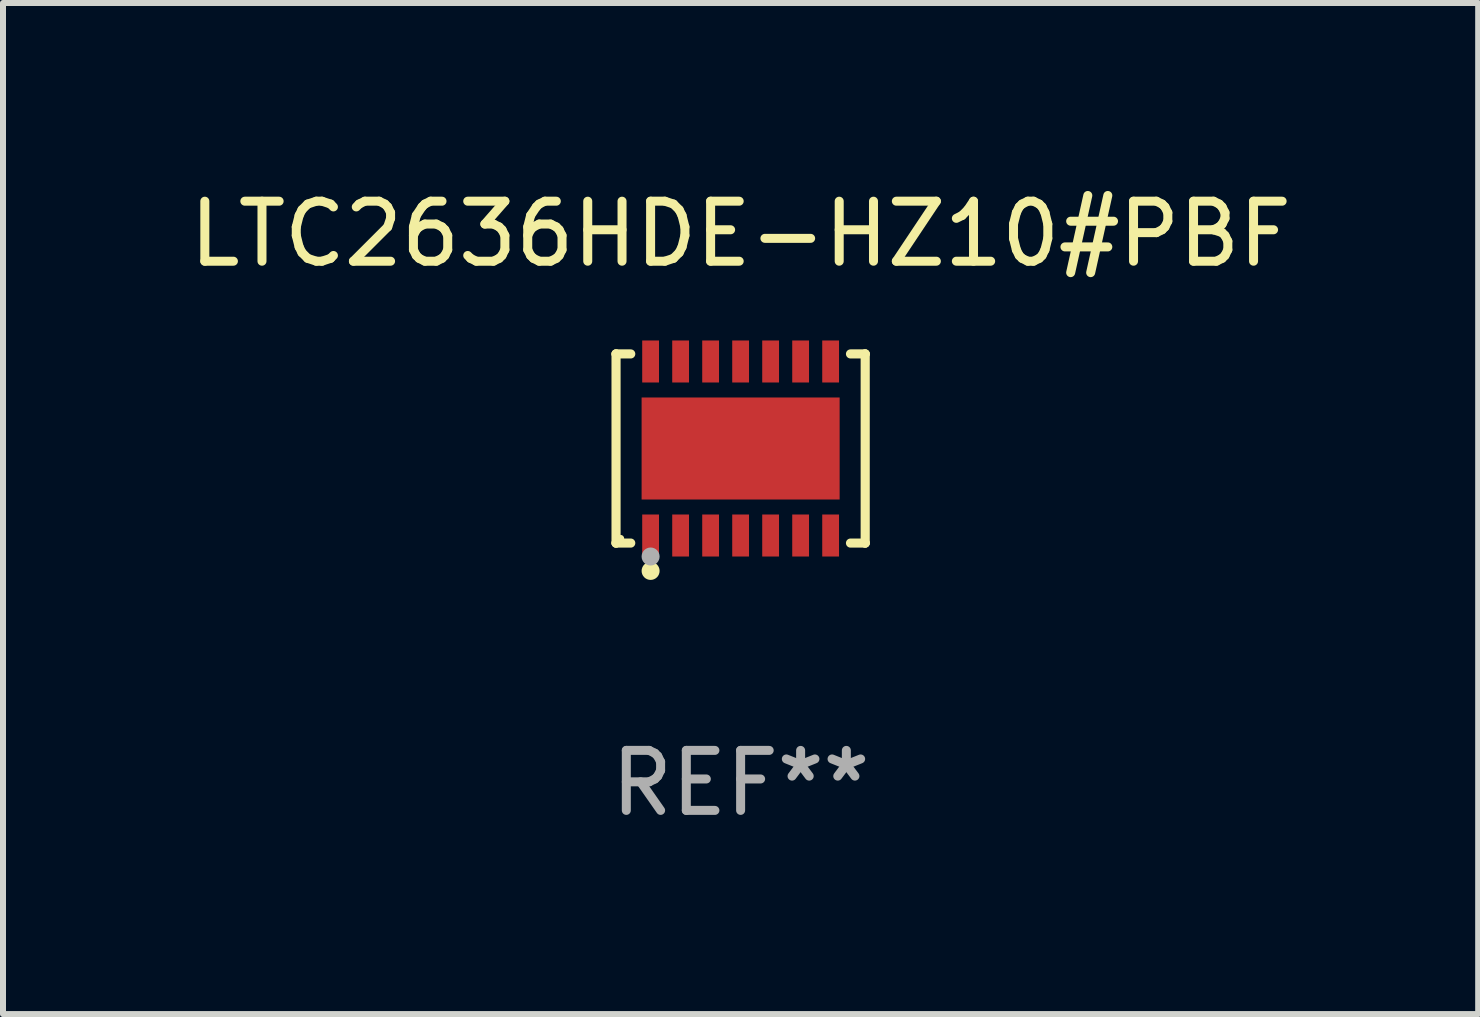
<source format=kicad_pcb>
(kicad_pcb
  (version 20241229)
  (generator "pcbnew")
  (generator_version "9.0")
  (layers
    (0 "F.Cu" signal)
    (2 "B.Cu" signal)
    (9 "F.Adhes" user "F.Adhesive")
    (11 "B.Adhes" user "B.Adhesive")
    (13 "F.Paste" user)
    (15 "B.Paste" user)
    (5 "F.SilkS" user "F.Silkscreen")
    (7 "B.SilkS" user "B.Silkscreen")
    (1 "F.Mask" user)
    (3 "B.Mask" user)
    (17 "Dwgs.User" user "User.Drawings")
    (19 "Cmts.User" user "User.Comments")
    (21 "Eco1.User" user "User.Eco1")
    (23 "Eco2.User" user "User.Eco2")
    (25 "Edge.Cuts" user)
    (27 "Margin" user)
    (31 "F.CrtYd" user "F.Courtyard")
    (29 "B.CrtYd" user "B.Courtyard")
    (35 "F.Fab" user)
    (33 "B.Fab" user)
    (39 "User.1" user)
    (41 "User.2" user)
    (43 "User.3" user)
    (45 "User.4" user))
  (footprint "LTC2636HDE-HZ10#PBF"
    (layer "F.Cu")
    (at 9.292 4.424)
    (property "Reference" "LTC2636HDE-HZ10#PBF" (at 0 -3.576 0) (layer "F.SilkS") (effects (font (size 1 1) (thickness 0.15))))
    (attr through_hole)
    (fp_line (start -2.076 -1.576) (end -2.076 -1.576) (stroke (width 0.152) (type solid)) (layer "F.SilkS"))
    (fp_line (start -2.076 -1.576) (end -1.831 -1.576) (stroke (width 0.152) (type solid)) (layer "F.SilkS"))
    (fp_line (start -2.076 1.576) (end -2.076 -1.576) (stroke (width 0.152) (type solid)) (layer "F.SilkS"))
    (fp_line (start -2.076 1.576) (end -2.076 1.576) (stroke (width 0.152) (type solid)) (layer "F.SilkS"))
    (fp_line (start -1.831 1.576) (end -2.076 1.576) (stroke (width 0.152) (type solid)) (layer "F.SilkS"))
    (fp_line (start 1.831 1.576) (end 2.076 1.576) (stroke (width 0.152) (type solid)) (layer "F.SilkS"))
    (fp_line (start 2.076 -1.576) (end 1.831 -1.576) (stroke (width 0.152) (type solid)) (layer "F.SilkS"))
    (fp_line (start 2.076 -1.576) (end 2.076 -1.576) (stroke (width 0.152) (type solid)) (layer "F.SilkS"))
    (fp_line (start 2.076 1.576) (end 2.076 -1.576) (stroke (width 0.152) (type solid)) (layer "F.SilkS"))
    (fp_line (start 2.076 1.576) (end 2.076 1.576) (stroke (width 0.152) (type solid)) (layer "F.SilkS"))
    (fp_circle (center -2 1.5) (end -1.97 1.5) (stroke (width 0.06) (type solid)) (fill no) (layer "F.SilkS"))
    (fp_circle (center -1.5 2.04) (end -1.425 2.04) (stroke (width 0.15) (type solid)) (fill no) (layer "F.SilkS"))
    (fp_circle (center -1.5 1.8) (end -1.425 1.8) (stroke (width 0.15) (type solid)) (fill no) (layer "F.Fab"))
    (fp_text user "REF**" (at 0 5.576 0) (layer "F.Fab") (effects (font (size 1 1) (thickness 0.15))))
    (pad "1" smd rect (at -1.5 1.45) (size 0.28 0.7) (layers "F.Cu" "F.Mask" "F.Paste"))
    (pad "2" smd rect (at -1 1.45) (size 0.28 0.7) (layers "F.Cu" "F.Mask" "F.Paste"))
    (pad "3" smd rect (at -0.5 1.45) (size 0.28 0.7) (layers "F.Cu" "F.Mask" "F.Paste"))
    (pad "4" smd rect (at 0 1.45) (size 0.28 0.7) (layers "F.Cu" "F.Mask" "F.Paste"))
    (pad "5" smd rect (at 0.5 1.45) (size 0.28 0.7) (layers "F.Cu" "F.Mask" "F.Paste"))
    (pad "6" smd rect (at 1 1.45) (size 0.28 0.7) (layers "F.Cu" "F.Mask" "F.Paste"))
    (pad "7" smd rect (at 1.5 1.45) (size 0.28 0.7) (layers "F.Cu" "F.Mask" "F.Paste"))
    (pad "8" smd rect (at 1.5 -1.45) (size 0.28 0.7) (layers "F.Cu" "F.Mask" "F.Paste"))
    (pad "9" smd rect (at 1 -1.45) (size 0.28 0.7) (layers "F.Cu" "F.Mask" "F.Paste"))
    (pad "10" smd rect (at 0.5 -1.45) (size 0.28 0.7) (layers "F.Cu" "F.Mask" "F.Paste"))
    (pad "11" smd rect (at 0 -1.45) (size 0.28 0.7) (layers "F.Cu" "F.Mask" "F.Paste"))
    (pad "12" smd rect (at -0.5 -1.45) (size 0.28 0.7) (layers "F.Cu" "F.Mask" "F.Paste"))
    (pad "13" smd rect (at -1 -1.45) (size 0.28 0.7) (layers "F.Cu" "F.Mask" "F.Paste"))
    (pad "14" smd rect (at -1.5 -1.45) (size 0.28 0.7) (layers "F.Cu" "F.Mask" "F.Paste"))
    (pad "15" smd rect (at 0 0) (size 3.3 1.7) (layers "F.Cu" "F.Mask" "F.Paste")))
  (gr_rect
    (start -3 -3)
    (end 21.583 13.849)
    (stroke (width 0.1) (type default))
    (fill no)
    (layer "Edge.Cuts")))
</source>
